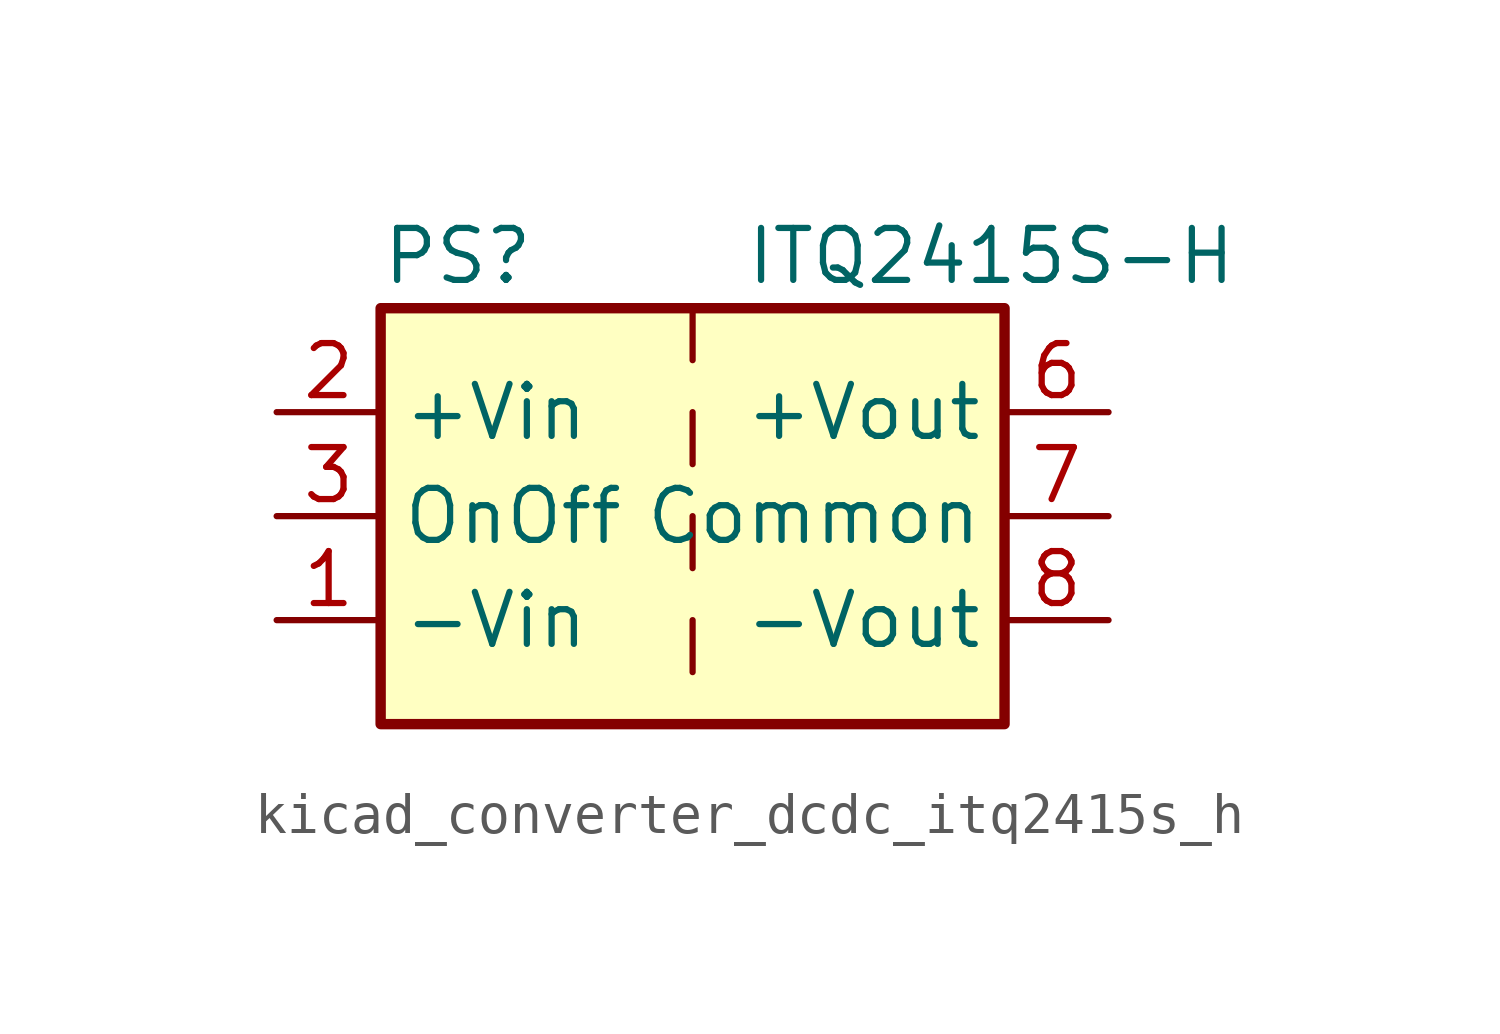
<source format=kicad_sym>
(kicad_symbol_lib
  (version 20220914)
  (generator kicad_symbol_editor)
  (symbol "kicad_converter_dcdc_itq2415s_h"
    (property "Reference" "PS"
      (at -7.62 6.35 0)
      (effects (font (size 1.27 1.27)) (justify left)))
    (property "Value" "ITQ2415S-H"
      (at 1.27 6.35 0)
      (effects (font (size 1.27 1.27)) (justify left)))
    (symbol "kicad_converter_dcdc_itq2415s_h_0_0"
      (pin power_in line (at -10.16 -2.54 0) (length 2.54) (name "-Vin" (effects (font (size 1.27 1.27)))) (number "1" (effects (font (size 1.27 1.27)))))
      (pin power_in line (at -10.16 2.54 0) (length 2.54) (name "+Vin" (effects (font (size 1.27 1.27)))) (number "2" (effects (font (size 1.27 1.27)))))
      (pin input line (at -10.16 0 0) (length 2.54) (name "OnOff" (effects (font (size 1.27 1.27)))) (number "3" (effects (font (size 1.27 1.27)))))
      (pin power_out line (at 10.16 2.54 180) (length 2.54) (name "+Vout" (effects (font (size 1.27 1.27)))) (number "6" (effects (font (size 1.27 1.27)))))
      (pin power_out line (at 10.16 0 180) (length 2.54) (name "Common" (effects (font (size 1.27 1.27)))) (number "7" (effects (font (size 1.27 1.27)))))
      (pin power_out line (at 10.16 -2.54 180) (length 2.54) (name "-Vout" (effects (font (size 1.27 1.27)))) (number "8" (effects (font (size 1.27 1.27))))))
    (symbol "kicad_converter_dcdc_itq2415s_h_0_1"
      (rectangle (start -7.62 5.08) (end 7.62 -5.08) (stroke (width 0.254) (type default)) (fill (type background)))
      (polyline (pts (xy 0 -2.54) (xy 0 -3.81)) (stroke (width 0) (type default)) (fill (type none)))
      (polyline (pts (xy 0 0) (xy 0 -1.27)) (stroke (width 0) (type default)) (fill (type none)))
      (polyline (pts (xy 0 2.54) (xy 0 1.27)) (stroke (width 0) (type default)) (fill (type none)))
      (polyline (pts (xy 0 5.08) (xy 0 3.81)) (stroke (width 0) (type default)) (fill (type none))))))
</source>
